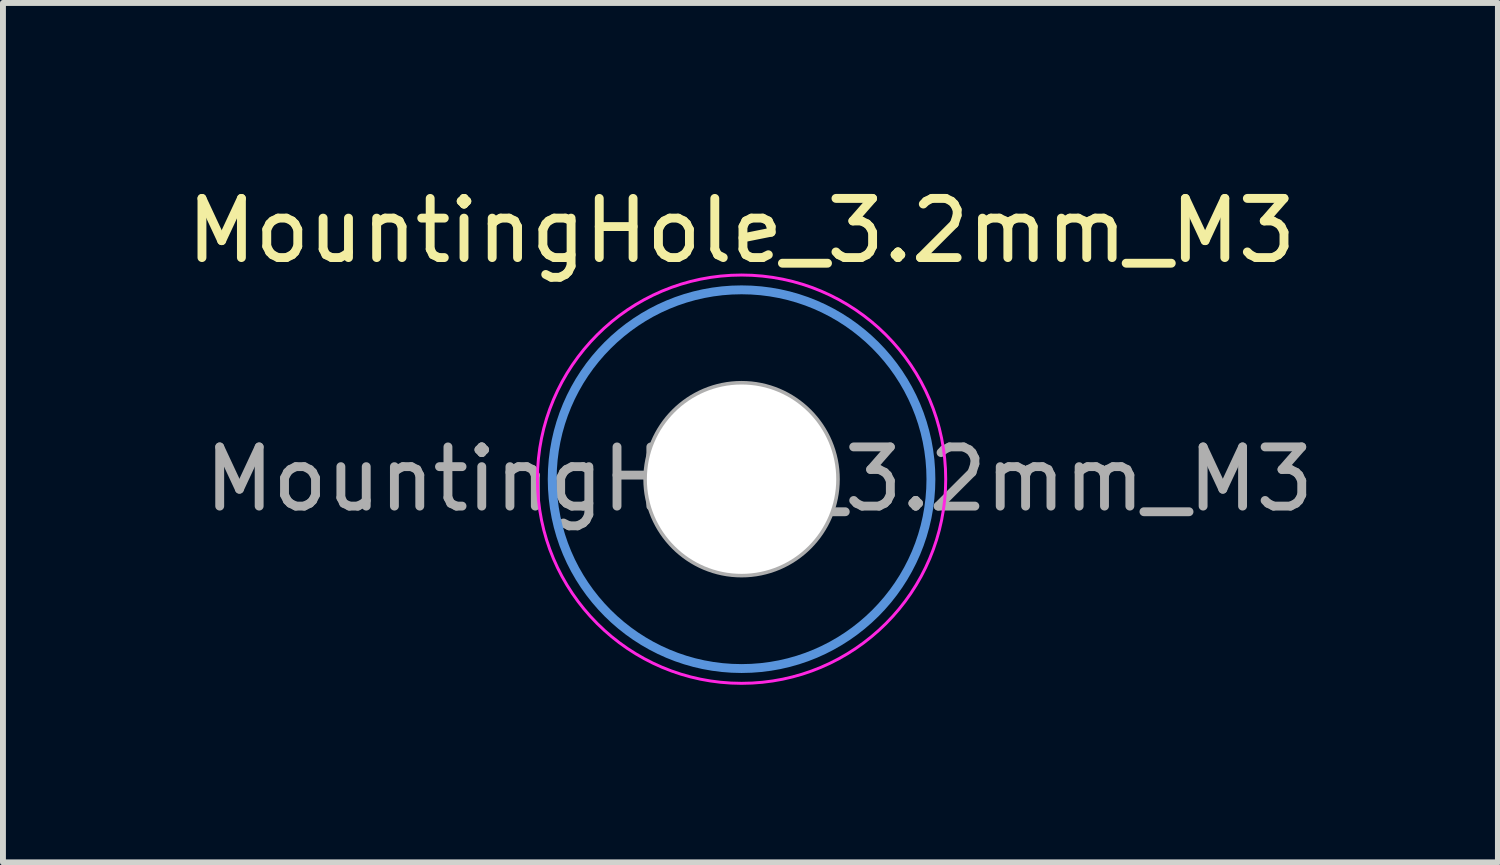
<source format=kicad_pcb>
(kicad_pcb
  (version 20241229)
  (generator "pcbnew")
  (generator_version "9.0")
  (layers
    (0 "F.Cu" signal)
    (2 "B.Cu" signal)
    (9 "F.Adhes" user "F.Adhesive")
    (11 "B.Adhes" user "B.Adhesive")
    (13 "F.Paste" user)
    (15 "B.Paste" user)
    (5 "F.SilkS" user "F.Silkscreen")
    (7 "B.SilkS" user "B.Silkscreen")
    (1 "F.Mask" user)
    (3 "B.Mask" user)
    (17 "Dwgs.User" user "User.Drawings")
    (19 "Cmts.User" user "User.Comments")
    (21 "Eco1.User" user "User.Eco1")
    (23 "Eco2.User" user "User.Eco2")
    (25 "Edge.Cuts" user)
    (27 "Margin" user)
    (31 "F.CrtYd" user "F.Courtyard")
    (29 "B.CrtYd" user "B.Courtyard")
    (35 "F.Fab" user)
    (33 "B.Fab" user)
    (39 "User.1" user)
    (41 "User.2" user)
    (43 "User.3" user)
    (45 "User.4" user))
  (footprint "MountingHole_3.2mm_M3"
    (layer "F.Cu")
    (at 9.482 5.048)
    (property "Reference" "MountingHole_3.2mm_M3" (at 0 -4.2 0) (layer "F.SilkS") (effects (font (size 1 1) (thickness 0.15))))
    (attr exclude_from_pos_files exclude_from_bom)
    (fp_circle (center 0 0) (end 3.2 0) (stroke (width 0.15) (type solid)) (fill no) (layer "Cmts.User"))
    (fp_circle (center 0 0) (end 3.45 0) (stroke (width 0.05) (type solid)) (fill no) (layer "F.CrtYd"))
    (fp_circle (center 0 0) (end 1.6 0) (stroke (width 0.12) (type solid)) (fill no) (layer "F.Fab"))
    (fp_text user "${REFERENCE}" (at 0.3 0 0) (layer "F.Fab") (effects (font (size 1 1) (thickness 0.15))))
    (pad "" np_thru_hole circle (at 0 0) (size 3.2 3.2) (drill 3.2) (layers "*.Cu" "*.Mask")))
  (gr_rect
    (start -3 -3)
    (end 22.264 11.523)
    (stroke (width 0.1) (type default))
    (fill no)
    (layer "Edge.Cuts")))
</source>
